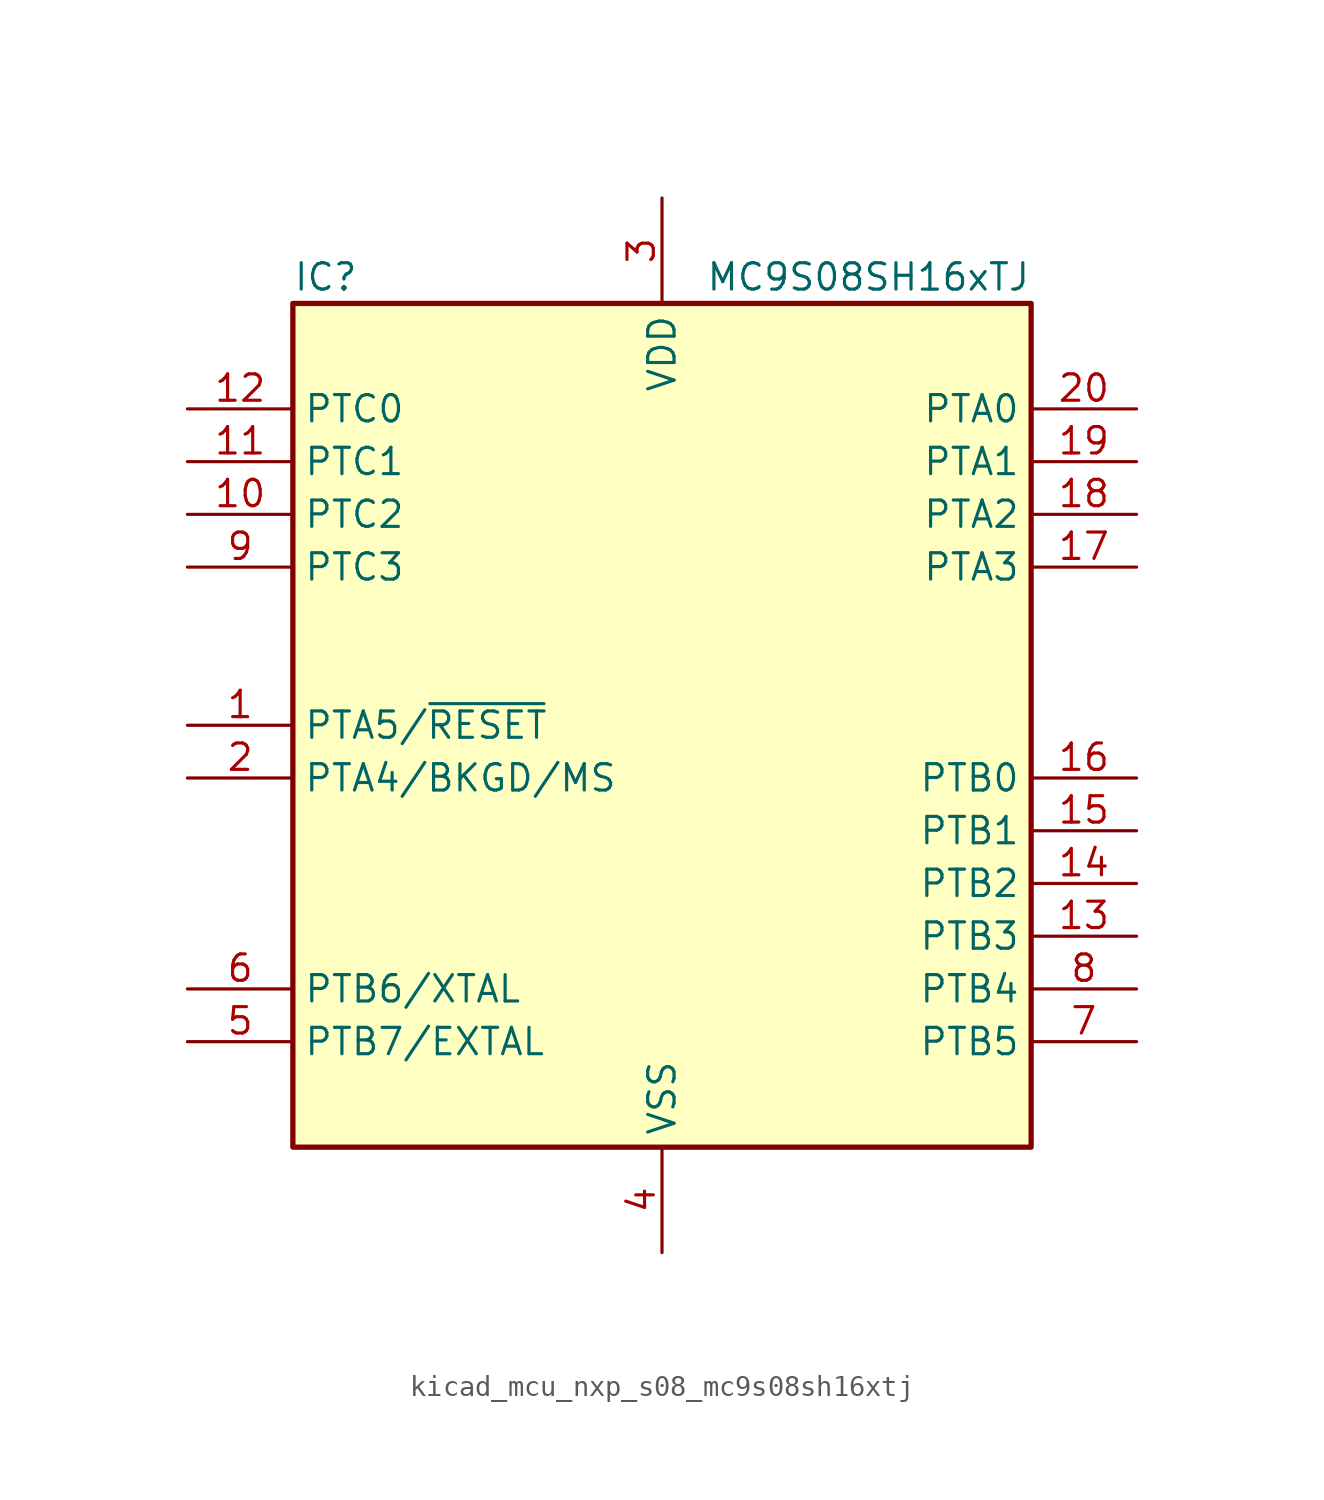
<source format=kicad_sym>
(kicad_symbol_lib
  (version 20220914)
  (generator kicad_symbol_editor)
  (symbol "kicad_mcu_nxp_s08_mc9s08sh16xtj"
    (property "Reference" "IC"
      (at -17.78 21.59 0)
      (effects (font (size 1.27 1.27)) (justify left)))
    (property "Value" "MC9S08SH16xTJ"
      (at 17.78 21.59 0)
      (effects (font (size 1.27 1.27)) (justify right)))
    (symbol "kicad_mcu_nxp_s08_mc9s08sh16xtj_0_1"
      (rectangle (start -17.78 20.32) (end 17.78 -20.32) (stroke (width 0.254) (type default)) (fill (type background))))
    (symbol "kicad_mcu_nxp_s08_mc9s08sh16xtj_1_1"
      (pin bidirectional line (at -22.86 0 0) (length 5.08) (name "PTA5/~{RESET}" (effects (font (size 1.27 1.27)))) (number "1" (effects (font (size 1.27 1.27)))))
      (pin bidirectional line (at -22.86 10.16 0) (length 5.08) (name "PTC2" (effects (font (size 1.27 1.27)))) (number "10" (effects (font (size 1.27 1.27)))))
      (pin bidirectional line (at -22.86 12.7 0) (length 5.08) (name "PTC1" (effects (font (size 1.27 1.27)))) (number "11" (effects (font (size 1.27 1.27)))))
      (pin bidirectional line (at -22.86 15.24 0) (length 5.08) (name "PTC0" (effects (font (size 1.27 1.27)))) (number "12" (effects (font (size 1.27 1.27)))))
      (pin bidirectional line (at 22.86 -10.16 180) (length 5.08) (name "PTB3" (effects (font (size 1.27 1.27)))) (number "13" (effects (font (size 1.27 1.27)))))
      (pin bidirectional line (at 22.86 -7.62 180) (length 5.08) (name "PTB2" (effects (font (size 1.27 1.27)))) (number "14" (effects (font (size 1.27 1.27)))))
      (pin bidirectional line (at 22.86 -5.08 180) (length 5.08) (name "PTB1" (effects (font (size 1.27 1.27)))) (number "15" (effects (font (size 1.27 1.27)))))
      (pin bidirectional line (at 22.86 -2.54 180) (length 5.08) (name "PTB0" (effects (font (size 1.27 1.27)))) (number "16" (effects (font (size 1.27 1.27)))))
      (pin bidirectional line (at 22.86 7.62 180) (length 5.08) (name "PTA3" (effects (font (size 1.27 1.27)))) (number "17" (effects (font (size 1.27 1.27)))))
      (pin bidirectional line (at 22.86 10.16 180) (length 5.08) (name "PTA2" (effects (font (size 1.27 1.27)))) (number "18" (effects (font (size 1.27 1.27)))))
      (pin bidirectional line (at 22.86 12.7 180) (length 5.08) (name "PTA1" (effects (font (size 1.27 1.27)))) (number "19" (effects (font (size 1.27 1.27)))))
      (pin bidirectional line (at -22.86 -2.54 0) (length 5.08) (name "PTA4/BKGD/MS" (effects (font (size 1.27 1.27)))) (number "2" (effects (font (size 1.27 1.27)))))
      (pin bidirectional line (at 22.86 15.24 180) (length 5.08) (name "PTA0" (effects (font (size 1.27 1.27)))) (number "20" (effects (font (size 1.27 1.27)))))
      (pin power_in line (at 0 25.4 270) (length 5.08) (name "VDD" (effects (font (size 1.27 1.27)))) (number "3" (effects (font (size 1.27 1.27)))))
      (pin power_in line (at 0 -25.4 90) (length 5.08) (name "VSS" (effects (font (size 1.27 1.27)))) (number "4" (effects (font (size 1.27 1.27)))))
      (pin bidirectional line (at -22.86 -15.24 0) (length 5.08) (name "PTB7/EXTAL" (effects (font (size 1.27 1.27)))) (number "5" (effects (font (size 1.27 1.27)))))
      (pin bidirectional line (at -22.86 -12.7 0) (length 5.08) (name "PTB6/XTAL" (effects (font (size 1.27 1.27)))) (number "6" (effects (font (size 1.27 1.27)))))
      (pin bidirectional line (at 22.86 -15.24 180) (length 5.08) (name "PTB5" (effects (font (size 1.27 1.27)))) (number "7" (effects (font (size 1.27 1.27)))))
      (pin bidirectional line (at 22.86 -12.7 180) (length 5.08) (name "PTB4" (effects (font (size 1.27 1.27)))) (number "8" (effects (font (size 1.27 1.27)))))
      (pin bidirectional line (at -22.86 7.62 0) (length 5.08) (name "PTC3" (effects (font (size 1.27 1.27)))) (number "9" (effects (font (size 1.27 1.27))))))))
</source>
